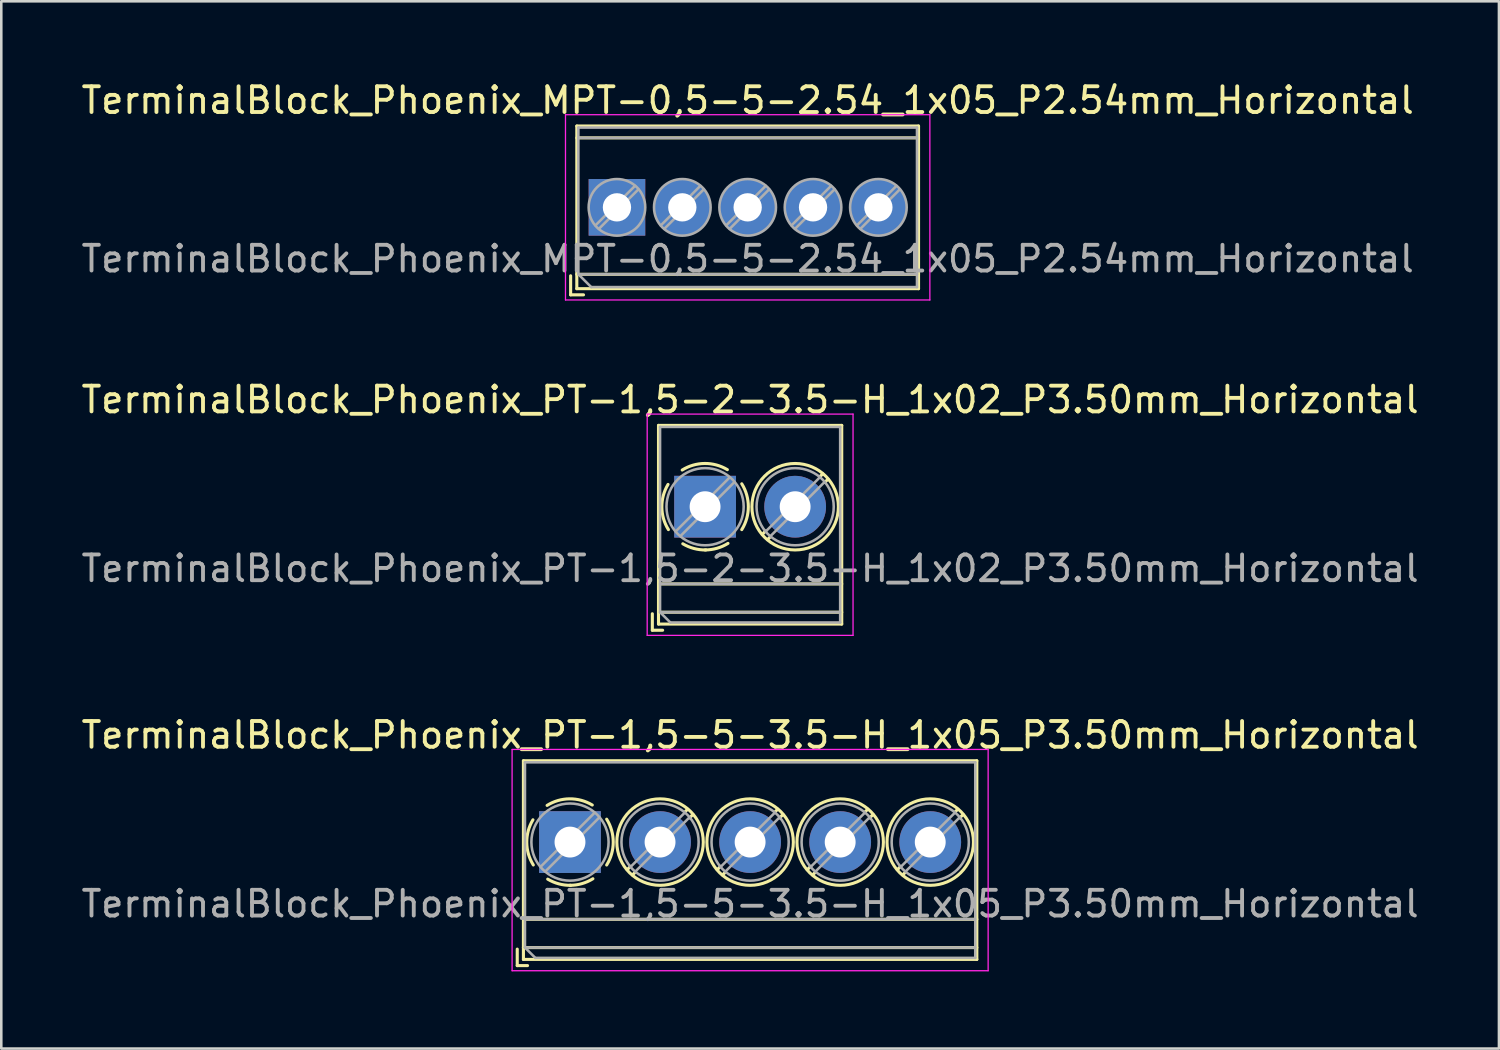
<source format=kicad_pcb>
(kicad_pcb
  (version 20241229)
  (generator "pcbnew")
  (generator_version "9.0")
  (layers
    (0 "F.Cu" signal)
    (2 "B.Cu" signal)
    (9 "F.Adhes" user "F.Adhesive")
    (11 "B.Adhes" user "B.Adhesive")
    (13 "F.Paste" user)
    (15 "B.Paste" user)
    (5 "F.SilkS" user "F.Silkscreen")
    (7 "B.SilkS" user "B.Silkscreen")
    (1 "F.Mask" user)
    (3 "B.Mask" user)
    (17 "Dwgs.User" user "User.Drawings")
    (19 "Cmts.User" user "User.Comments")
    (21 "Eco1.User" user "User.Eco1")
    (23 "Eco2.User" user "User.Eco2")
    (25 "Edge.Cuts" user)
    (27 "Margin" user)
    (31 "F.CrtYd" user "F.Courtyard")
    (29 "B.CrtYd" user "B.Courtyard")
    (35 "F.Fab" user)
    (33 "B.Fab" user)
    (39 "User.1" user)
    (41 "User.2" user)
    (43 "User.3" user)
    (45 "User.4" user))
  (footprint "TerminalBlock_Phoenix_PT-1,5-2-3.5-H_1x02_P3.50mm_Horizontal"
    (layer "F.Cu")
    (at 24.351 16.642)
    (property "Reference" "TerminalBlock_Phoenix_PT-1,5-2-3.5-H_1x02_P3.50mm_Horizontal" (at 1.75 -4.16 0) (layer "F.SilkS") (effects (font (size 1 1) (thickness 0.15))))
    (attr through_hole)
    (fp_line (start -2.05 4.16) (end -2.05 4.8) (stroke (width 0.12) (type solid)) (layer "F.SilkS"))
    (fp_line (start -2.05 4.8) (end -1.65 4.8) (stroke (width 0.12) (type solid)) (layer "F.SilkS"))
    (fp_line (start -1.81 -3.16) (end -1.81 4.56) (stroke (width 0.12) (type solid)) (layer "F.SilkS"))
    (fp_line (start -1.81 -3.16) (end 5.31 -3.16) (stroke (width 0.12) (type solid)) (layer "F.SilkS"))
    (fp_line (start -1.81 3) (end 5.31 3) (stroke (width 0.12) (type solid)) (layer "F.SilkS"))
    (fp_line (start -1.81 4.1) (end 5.31 4.1) (stroke (width 0.12) (type solid)) (layer "F.SilkS"))
    (fp_line (start -1.81 4.56) (end 5.31 4.56) (stroke (width 0.12) (type solid)) (layer "F.SilkS"))
    (fp_line (start 2.355 0.941) (end 2.226 1.069) (stroke (width 0.12) (type solid)) (layer "F.SilkS"))
    (fp_line (start 2.525 1.181) (end 2.431 1.274) (stroke (width 0.12) (type solid)) (layer "F.SilkS"))
    (fp_line (start 4.57 -1.275) (end 4.476 -1.181) (stroke (width 0.12) (type solid)) (layer "F.SilkS"))
    (fp_line (start 4.775 -1.069) (end 4.646 -0.941) (stroke (width 0.12) (type solid)) (layer "F.SilkS"))
    (fp_line (start 5.31 -3.16) (end 5.31 4.56) (stroke (width 0.12) (type solid)) (layer "F.SilkS"))
    (fp_arc (start -1.425358 0.889894) (mid -1.680286 0.014012) (end -1.44 -0.866) (stroke (width 0.12) (type solid)) (layer "F.SilkS"))
    (fp_arc (start -0.889894 -1.425358) (mid -0.014012 -1.680286) (end 0.866 -1.44) (stroke (width 0.12) (type solid)) (layer "F.SilkS"))
    (fp_arc (start 0.028674 1.680099) (mid -0.435535 1.622918) (end -0.866 1.44) (stroke (width 0.12) (type solid)) (layer "F.SilkS"))
    (fp_arc (start 0.890264 1.424721) (mid 0.463071 1.61492) (end 0 1.68) (stroke (width 0.12) (type solid)) (layer "F.SilkS"))
    (fp_arc (start 1.425504 -0.890193) (mid 1.680626 0.000476) (end 1.425 0.891) (stroke (width 0.12) (type solid)) (layer "F.SilkS"))
    (fp_circle (center 3.5 0) (end 5.18 0) (stroke (width 0.12) (type solid)) (fill no) (layer "F.SilkS"))
    (fp_line (start -2.25 -3.6) (end -2.25 5) (stroke (width 0.05) (type solid)) (layer "F.CrtYd"))
    (fp_line (start -2.25 5) (end 5.75 5) (stroke (width 0.05) (type solid)) (layer "F.CrtYd"))
    (fp_line (start 5.75 -3.6) (end -2.25 -3.6) (stroke (width 0.05) (type solid)) (layer "F.CrtYd"))
    (fp_line (start 5.75 5) (end 5.75 -3.6) (stroke (width 0.05) (type solid)) (layer "F.CrtYd"))
    (fp_line (start -1.75 -3.1) (end 5.25 -3.1) (stroke (width 0.1) (type solid)) (layer "F.Fab"))
    (fp_line (start -1.75 3) (end 5.25 3) (stroke (width 0.1) (type solid)) (layer "F.Fab"))
    (fp_line (start -1.75 4.1) (end -1.75 -3.1) (stroke (width 0.1) (type solid)) (layer "F.Fab"))
    (fp_line (start -1.75 4.1) (end 5.25 4.1) (stroke (width 0.1) (type solid)) (layer "F.Fab"))
    (fp_line (start -1.35 4.5) (end -1.75 4.1) (stroke (width 0.1) (type solid)) (layer "F.Fab"))
    (fp_line (start 0.955 -1.138) (end -1.138 0.955) (stroke (width 0.1) (type solid)) (layer "F.Fab"))
    (fp_line (start 1.138 -0.955) (end -0.955 1.138) (stroke (width 0.1) (type solid)) (layer "F.Fab"))
    (fp_line (start 4.455 -1.138) (end 2.363 0.955) (stroke (width 0.1) (type solid)) (layer "F.Fab"))
    (fp_line (start 4.638 -0.955) (end 2.546 1.138) (stroke (width 0.1) (type solid)) (layer "F.Fab"))
    (fp_line (start 5.25 -3.1) (end 5.25 4.5) (stroke (width 0.1) (type solid)) (layer "F.Fab"))
    (fp_line (start 5.25 4.5) (end -1.35 4.5) (stroke (width 0.1) (type solid)) (layer "F.Fab"))
    (fp_circle (center 0 0) (end 1.5 0) (stroke (width 0.1) (type solid)) (fill no) (layer "F.Fab"))
    (fp_circle (center 3.5 0) (end 5 0) (stroke (width 0.1) (type solid)) (fill no) (layer "F.Fab"))
    (fp_text user "${REFERENCE}" (at 1.75 2.4 0) (layer "F.Fab") (effects (font (size 1 1) (thickness 0.15))))
    (pad "1" thru_hole rect (at 0 0) (size 2.4 2.4) (drill 1.2) (layers "*.Cu" "*.Mask"))
    (pad "2" thru_hole circle (at 3.5 0) (size 2.4 2.4) (drill 1.2) (layers "*.Cu" "*.Mask")))
  (footprint "TerminalBlock_Phoenix_PT-1,5-5-3.5-H_1x05_P3.50mm_Horizontal"
    (layer "F.Cu")
    (at 19.101 29.675)
    (property "Reference" "TerminalBlock_Phoenix_PT-1,5-5-3.5-H_1x05_P3.50mm_Horizontal" (at 7 -4.16 0) (layer "F.SilkS") (effects (font (size 1 1) (thickness 0.15))))
    (attr through_hole)
    (fp_line (start -2.05 4.16) (end -2.05 4.8) (stroke (width 0.12) (type solid)) (layer "F.SilkS"))
    (fp_line (start -2.05 4.8) (end -1.65 4.8) (stroke (width 0.12) (type solid)) (layer "F.SilkS"))
    (fp_line (start -1.81 -3.16) (end -1.81 4.56) (stroke (width 0.12) (type solid)) (layer "F.SilkS"))
    (fp_line (start -1.81 -3.16) (end 15.81 -3.16) (stroke (width 0.12) (type solid)) (layer "F.SilkS"))
    (fp_line (start -1.81 3) (end 15.81 3) (stroke (width 0.12) (type solid)) (layer "F.SilkS"))
    (fp_line (start -1.81 4.1) (end 15.81 4.1) (stroke (width 0.12) (type solid)) (layer "F.SilkS"))
    (fp_line (start -1.81 4.56) (end 15.81 4.56) (stroke (width 0.12) (type solid)) (layer "F.SilkS"))
    (fp_line (start 2.355 0.941) (end 2.226 1.069) (stroke (width 0.12) (type solid)) (layer "F.SilkS"))
    (fp_line (start 2.525 1.181) (end 2.431 1.274) (stroke (width 0.12) (type solid)) (layer "F.SilkS"))
    (fp_line (start 4.57 -1.275) (end 4.476 -1.181) (stroke (width 0.12) (type solid)) (layer "F.SilkS"))
    (fp_line (start 4.775 -1.069) (end 4.646 -0.941) (stroke (width 0.12) (type solid)) (layer "F.SilkS"))
    (fp_line (start 5.855 0.941) (end 5.726 1.069) (stroke (width 0.12) (type solid)) (layer "F.SilkS"))
    (fp_line (start 6.025 1.181) (end 5.931 1.274) (stroke (width 0.12) (type solid)) (layer "F.SilkS"))
    (fp_line (start 8.07 -1.275) (end 7.976 -1.181) (stroke (width 0.12) (type solid)) (layer "F.SilkS"))
    (fp_line (start 8.275 -1.069) (end 8.146 -0.941) (stroke (width 0.12) (type solid)) (layer "F.SilkS"))
    (fp_line (start 9.355 0.941) (end 9.226 1.069) (stroke (width 0.12) (type solid)) (layer "F.SilkS"))
    (fp_line (start 9.525 1.181) (end 9.431 1.274) (stroke (width 0.12) (type solid)) (layer "F.SilkS"))
    (fp_line (start 11.57 -1.275) (end 11.476 -1.181) (stroke (width 0.12) (type solid)) (layer "F.SilkS"))
    (fp_line (start 11.775 -1.069) (end 11.646 -0.941) (stroke (width 0.12) (type solid)) (layer "F.SilkS"))
    (fp_line (start 12.855 0.941) (end 12.726 1.069) (stroke (width 0.12) (type solid)) (layer "F.SilkS"))
    (fp_line (start 13.025 1.181) (end 12.931 1.274) (stroke (width 0.12) (type solid)) (layer "F.SilkS"))
    (fp_line (start 15.07 -1.275) (end 14.976 -1.181) (stroke (width 0.12) (type solid)) (layer "F.SilkS"))
    (fp_line (start 15.275 -1.069) (end 15.146 -0.941) (stroke (width 0.12) (type solid)) (layer "F.SilkS"))
    (fp_line (start 15.81 -3.16) (end 15.81 4.56) (stroke (width 0.12) (type solid)) (layer "F.SilkS"))
    (fp_arc (start -1.425358 0.889894) (mid -1.680286 0.014012) (end -1.44 -0.866) (stroke (width 0.12) (type solid)) (layer "F.SilkS"))
    (fp_arc (start -0.889894 -1.425358) (mid -0.014012 -1.680286) (end 0.866 -1.44) (stroke (width 0.12) (type solid)) (layer "F.SilkS"))
    (fp_arc (start 0.028674 1.680099) (mid -0.435535 1.622918) (end -0.866 1.44) (stroke (width 0.12) (type solid)) (layer "F.SilkS"))
    (fp_arc (start 0.890264 1.424721) (mid 0.463071 1.61492) (end 0 1.68) (stroke (width 0.12) (type solid)) (layer "F.SilkS"))
    (fp_arc (start 1.425504 -0.890193) (mid 1.680626 0.000476) (end 1.425 0.891) (stroke (width 0.12) (type solid)) (layer "F.SilkS"))
    (fp_circle (center 3.5 0) (end 5.18 0) (stroke (width 0.12) (type solid)) (fill no) (layer "F.SilkS"))
    (fp_circle (center 7 0) (end 8.68 0) (stroke (width 0.12) (type solid)) (fill no) (layer "F.SilkS"))
    (fp_circle (center 10.5 0) (end 12.18 0) (stroke (width 0.12) (type solid)) (fill no) (layer "F.SilkS"))
    (fp_circle (center 14 0) (end 15.68 0) (stroke (width 0.12) (type solid)) (fill no) (layer "F.SilkS"))
    (fp_line (start -2.25 -3.6) (end -2.25 5) (stroke (width 0.05) (type solid)) (layer "F.CrtYd"))
    (fp_line (start -2.25 5) (end 16.25 5) (stroke (width 0.05) (type solid)) (layer "F.CrtYd"))
    (fp_line (start 16.25 -3.6) (end -2.25 -3.6) (stroke (width 0.05) (type solid)) (layer "F.CrtYd"))
    (fp_line (start 16.25 5) (end 16.25 -3.6) (stroke (width 0.05) (type solid)) (layer "F.CrtYd"))
    (fp_line (start -1.75 -3.1) (end 15.75 -3.1) (stroke (width 0.1) (type solid)) (layer "F.Fab"))
    (fp_line (start -1.75 3) (end 15.75 3) (stroke (width 0.1) (type solid)) (layer "F.Fab"))
    (fp_line (start -1.75 4.1) (end -1.75 -3.1) (stroke (width 0.1) (type solid)) (layer "F.Fab"))
    (fp_line (start -1.75 4.1) (end 15.75 4.1) (stroke (width 0.1) (type solid)) (layer "F.Fab"))
    (fp_line (start -1.35 4.5) (end -1.75 4.1) (stroke (width 0.1) (type solid)) (layer "F.Fab"))
    (fp_line (start 0.955 -1.138) (end -1.138 0.955) (stroke (width 0.1) (type solid)) (layer "F.Fab"))
    (fp_line (start 1.138 -0.955) (end -0.955 1.138) (stroke (width 0.1) (type solid)) (layer "F.Fab"))
    (fp_line (start 4.455 -1.138) (end 2.363 0.955) (stroke (width 0.1) (type solid)) (layer "F.Fab"))
    (fp_line (start 4.638 -0.955) (end 2.546 1.138) (stroke (width 0.1) (type solid)) (layer "F.Fab"))
    (fp_line (start 7.955 -1.138) (end 5.863 0.955) (stroke (width 0.1) (type solid)) (layer "F.Fab"))
    (fp_line (start 8.138 -0.955) (end 6.046 1.138) (stroke (width 0.1) (type solid)) (layer "F.Fab"))
    (fp_line (start 11.455 -1.138) (end 9.363 0.955) (stroke (width 0.1) (type solid)) (layer "F.Fab"))
    (fp_line (start 11.638 -0.955) (end 9.546 1.138) (stroke (width 0.1) (type solid)) (layer "F.Fab"))
    (fp_line (start 14.955 -1.138) (end 12.863 0.955) (stroke (width 0.1) (type solid)) (layer "F.Fab"))
    (fp_line (start 15.138 -0.955) (end 13.046 1.138) (stroke (width 0.1) (type solid)) (layer "F.Fab"))
    (fp_line (start 15.75 -3.1) (end 15.75 4.5) (stroke (width 0.1) (type solid)) (layer "F.Fab"))
    (fp_line (start 15.75 4.5) (end -1.35 4.5) (stroke (width 0.1) (type solid)) (layer "F.Fab"))
    (fp_circle (center 0 0) (end 1.5 0) (stroke (width 0.1) (type solid)) (fill no) (layer "F.Fab"))
    (fp_circle (center 3.5 0) (end 5 0) (stroke (width 0.1) (type solid)) (fill no) (layer "F.Fab"))
    (fp_circle (center 7 0) (end 8.5 0) (stroke (width 0.1) (type solid)) (fill no) (layer "F.Fab"))
    (fp_circle (center 10.5 0) (end 12 0) (stroke (width 0.1) (type solid)) (fill no) (layer "F.Fab"))
    (fp_circle (center 14 0) (end 15.5 0) (stroke (width 0.1) (type solid)) (fill no) (layer "F.Fab"))
    (fp_text user "${REFERENCE}" (at 7 2.4 0) (layer "F.Fab") (effects (font (size 1 1) (thickness 0.15))))
    (pad "1" thru_hole rect (at 0 0) (size 2.4 2.4) (drill 1.2) (layers "*.Cu" "*.Mask"))
    (pad "2" thru_hole circle (at 3.5 0) (size 2.4 2.4) (drill 1.2) (layers "*.Cu" "*.Mask"))
    (pad "3" thru_hole circle (at 7 0) (size 2.4 2.4) (drill 1.2) (layers "*.Cu" "*.Mask"))
    (pad "4" thru_hole circle (at 10.5 0) (size 2.4 2.4) (drill 1.2) (layers "*.Cu" "*.Mask"))
    (pad "5" thru_hole circle (at 14 0) (size 2.4 2.4) (drill 1.2) (layers "*.Cu" "*.Mask")))
  (footprint "TerminalBlock_Phoenix_MPT-0,5-5-2.54_1x05_P2.54mm_Horizontal"
    (layer "F.Cu")
    (at 20.926 5.008)
    (property "Reference" "TerminalBlock_Phoenix_MPT-0,5-5-2.54_1x05_P2.54mm_Horizontal" (at 5.08 -4.16 0) (layer "F.SilkS") (effects (font (size 1 1) (thickness 0.15))))
    (attr through_hole)
    (fp_line (start -1.8 2.66) (end -1.8 3.4) (stroke (width 0.12) (type solid)) (layer "F.SilkS"))
    (fp_line (start -1.8 3.4) (end -1.3 3.4) (stroke (width 0.12) (type solid)) (layer "F.SilkS"))
    (fp_line (start -1.56 -3.16) (end -1.56 3.16) (stroke (width 0.12) (type solid)) (layer "F.SilkS"))
    (fp_line (start -1.56 -3.16) (end 11.72 -3.16) (stroke (width 0.12) (type solid)) (layer "F.SilkS"))
    (fp_line (start -1.56 -2.7) (end 11.72 -2.7) (stroke (width 0.12) (type solid)) (layer "F.SilkS"))
    (fp_line (start -1.56 2.6) (end 11.72 2.6) (stroke (width 0.12) (type solid)) (layer "F.SilkS"))
    (fp_line (start -1.56 3.16) (end 11.72 3.16) (stroke (width 0.12) (type solid)) (layer "F.SilkS"))
    (fp_line (start 11.72 -3.16) (end 11.72 3.16) (stroke (width 0.12) (type solid)) (layer "F.SilkS"))
    (fp_line (start -2 -3.6) (end -2 3.6) (stroke (width 0.05) (type solid)) (layer "F.CrtYd"))
    (fp_line (start -2 3.6) (end 12.16 3.6) (stroke (width 0.05) (type solid)) (layer "F.CrtYd"))
    (fp_line (start 12.16 -3.6) (end -2 -3.6) (stroke (width 0.05) (type solid)) (layer "F.CrtYd"))
    (fp_line (start 12.16 3.6) (end 12.16 -3.6) (stroke (width 0.05) (type solid)) (layer "F.CrtYd"))
    (fp_line (start -1.5 -3.1) (end 11.66 -3.1) (stroke (width 0.1) (type solid)) (layer "F.Fab"))
    (fp_line (start -1.5 -2.7) (end 11.66 -2.7) (stroke (width 0.1) (type solid)) (layer "F.Fab"))
    (fp_line (start -1.5 2.6) (end -1.5 -3.1) (stroke (width 0.1) (type solid)) (layer "F.Fab"))
    (fp_line (start -1.5 2.6) (end 11.66 2.6) (stroke (width 0.1) (type solid)) (layer "F.Fab"))
    (fp_line (start -1 3.1) (end -1.5 2.6) (stroke (width 0.1) (type solid)) (layer "F.Fab"))
    (fp_line (start 0.701 -0.835) (end -0.835 0.7) (stroke (width 0.1) (type solid)) (layer "F.Fab"))
    (fp_line (start 0.835 -0.7) (end -0.701 0.835) (stroke (width 0.1) (type solid)) (layer "F.Fab"))
    (fp_line (start 3.241 -0.835) (end 1.706 0.7) (stroke (width 0.1) (type solid)) (layer "F.Fab"))
    (fp_line (start 3.375 -0.7) (end 1.84 0.835) (stroke (width 0.1) (type solid)) (layer "F.Fab"))
    (fp_line (start 5.781 -0.835) (end 4.246 0.7) (stroke (width 0.1) (type solid)) (layer "F.Fab"))
    (fp_line (start 5.915 -0.7) (end 4.38 0.835) (stroke (width 0.1) (type solid)) (layer "F.Fab"))
    (fp_line (start 8.321 -0.835) (end 6.786 0.7) (stroke (width 0.1) (type solid)) (layer "F.Fab"))
    (fp_line (start 8.455 -0.7) (end 6.92 0.835) (stroke (width 0.1) (type solid)) (layer "F.Fab"))
    (fp_line (start 10.861 -0.835) (end 9.326 0.7) (stroke (width 0.1) (type solid)) (layer "F.Fab"))
    (fp_line (start 10.995 -0.7) (end 9.46 0.835) (stroke (width 0.1) (type solid)) (layer "F.Fab"))
    (fp_line (start 11.66 -3.1) (end 11.66 3.1) (stroke (width 0.1) (type solid)) (layer "F.Fab"))
    (fp_line (start 11.66 3.1) (end -1 3.1) (stroke (width 0.1) (type solid)) (layer "F.Fab"))
    (fp_circle (center 0 0) (end 1.1 0) (stroke (width 0.1) (type solid)) (fill no) (layer "F.Fab"))
    (fp_circle (center 2.54 0) (end 3.64 0) (stroke (width 0.1) (type solid)) (fill no) (layer "F.Fab"))
    (fp_circle (center 5.08 0) (end 6.18 0) (stroke (width 0.1) (type solid)) (fill no) (layer "F.Fab"))
    (fp_circle (center 7.62 0) (end 8.72 0) (stroke (width 0.1) (type solid)) (fill no) (layer "F.Fab"))
    (fp_circle (center 10.16 0) (end 11.26 0) (stroke (width 0.1) (type solid)) (fill no) (layer "F.Fab"))
    (fp_text user "${REFERENCE}" (at 5.08 2 0) (layer "F.Fab") (effects (font (size 1 1) (thickness 0.15))))
    (pad "1" thru_hole rect (at 0 0) (size 2.2 2.2) (drill 1.1) (layers "*.Cu" "*.Mask"))
    (pad "2" thru_hole circle (at 2.54 0) (size 2.2 2.2) (drill 1.1) (layers "*.Cu" "*.Mask"))
    (pad "3" thru_hole circle (at 5.08 0) (size 2.2 2.2) (drill 1.1) (layers "*.Cu" "*.Mask"))
    (pad "4" thru_hole circle (at 7.62 0) (size 2.2 2.2) (drill 1.1) (layers "*.Cu" "*.Mask"))
    (pad "5" thru_hole circle (at 10.16 0) (size 2.2 2.2) (drill 1.1) (layers "*.Cu" "*.Mask")))
  (gr_rect
    (start -3 -3)
    (end 55.202 37.7)
    (stroke (width 0.1) (type default))
    (fill no)
    (layer "Edge.Cuts")))
</source>
